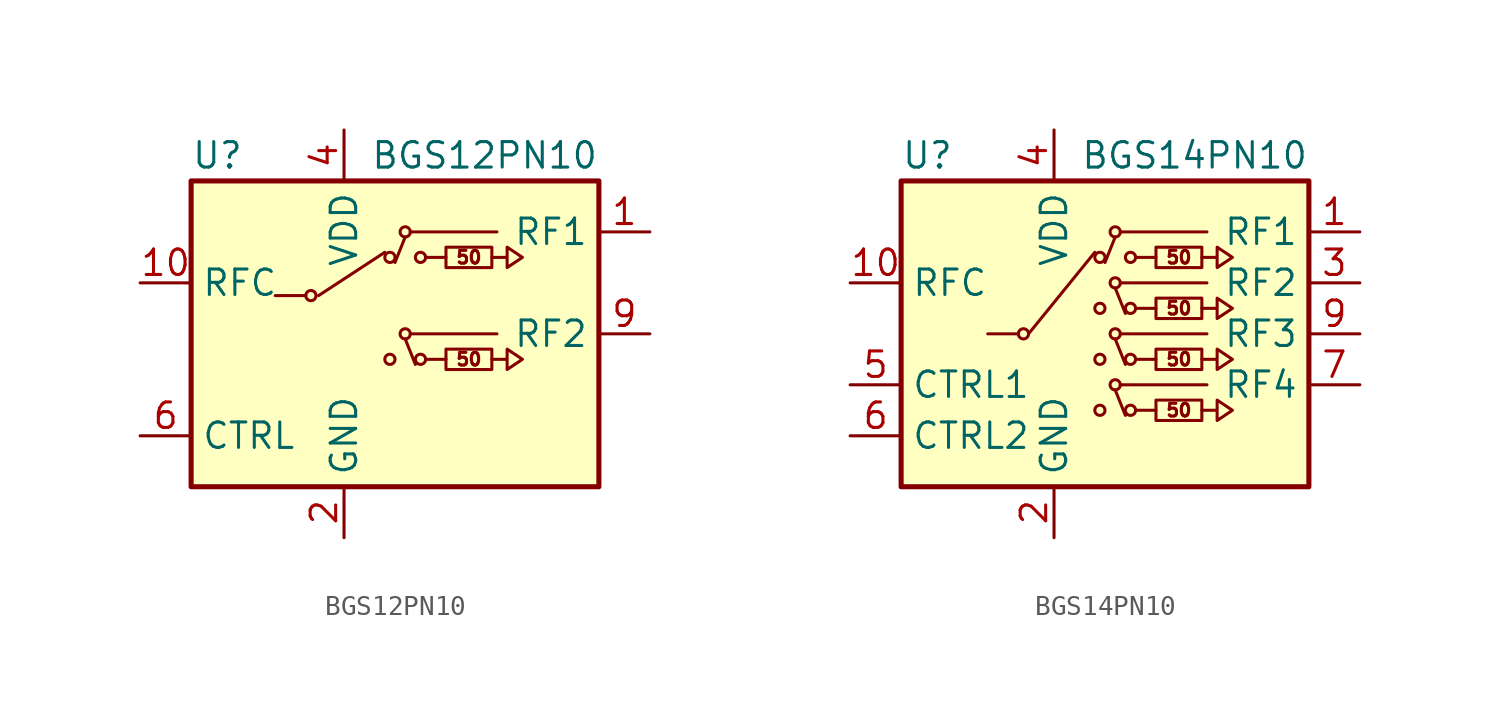
<source format=kicad_sym>
(kicad_symbol_lib
  (version 20220914)
  (generator kicad_symbol_editor)
  (symbol "BGS12PN10"
    (property "Reference" "U"
      (at -10.16 8.89 0)
      (effects (font (size 1.27 1.27)) (justify left)))
    (property "Value" "BGS12PN10"
      (at 10.16 8.89 0)
      (effects (font (size 1.27 1.27)) (justify right)))
    (symbol "BGS12PN10_0_1"
      (polyline (pts (xy -4.445 1.905) (xy -5.969 1.905)) (stroke (width 0) (type default)) (fill (type none))))
    (symbol "BGS12PN10_1_1"
      (rectangle (start -10.16 7.62) (end 10.16 -7.62) (stroke (width 0.254) (type default)) (fill (type background)))
      (circle (center -4.191 1.905) (radius 0.254) (stroke (width 0) (type default)) (fill (type none)))
      (circle (center -0.254 -1.27) (radius 0.254) (stroke (width 0) (type default)) (fill (type none)))
      (circle (center -0.254 3.81) (radius 0.254) (stroke (width 0) (type default)) (fill (type none)))
      (polyline (pts (xy -3.81 1.905) (xy -0.508 4.064)) (stroke (width 0) (type default)) (fill (type none)))
      (polyline (pts (xy 0.508 -0.254) (xy 1.016 -1.524)) (stroke (width 0) (type default)) (fill (type none)))
      (polyline (pts (xy 0.508 4.826) (xy 0 3.556)) (stroke (width 0) (type default)) (fill (type none)))
      (polyline (pts (xy 0.762 0) (xy 5.08 0)) (stroke (width 0) (type default)) (fill (type none)))
      (polyline (pts (xy 0.762 5.08) (xy 5.08 5.08)) (stroke (width 0) (type default)) (fill (type none)))
      (polyline (pts (xy 1.524 -1.27) (xy 2.54 -1.27)) (stroke (width 0) (type default)) (fill (type none)))
      (polyline (pts (xy 1.524 3.81) (xy 2.54 3.81)) (stroke (width 0) (type default)) (fill (type none)))
      (polyline (pts (xy 4.826 -1.27) (xy 5.588 -1.27) (xy 5.588 -1.778) (xy 6.35 -1.27) (xy 5.588 -0.762) (xy 5.588 -1.27)) (stroke (width 0) (type default)) (fill (type none)))
      (polyline (pts (xy 4.826 3.81) (xy 5.588 3.81) (xy 5.588 3.302) (xy 6.35 3.81) (xy 5.588 4.318) (xy 5.588 3.81)) (stroke (width 0) (type default)) (fill (type none)))
      (circle (center 0.508 0) (radius 0.254) (stroke (width 0) (type default)) (fill (type none)))
      (circle (center 0.508 5.08) (radius 0.254) (stroke (width 0) (type default)) (fill (type none)))
      (circle (center 1.27 -1.27) (radius 0.254) (stroke (width 0) (type default)) (fill (type none)))
      (circle (center 1.27 3.81) (radius 0.254) (stroke (width 0) (type default)) (fill (type none)))
      (rectangle (start 2.54 -1.778) (end 4.826 -0.762) (stroke (width 0) (type default)) (fill (type none)))
      (rectangle (start 2.54 3.302) (end 4.826 4.318) (stroke (width 0) (type default)) (fill (type none)))
      (text "50" (at 3.683 -1.27 0) (effects (font (size 0.635 0.635))))
      (text "50" (at 3.683 3.81 0) (effects (font (size 0.635 0.635))))
      (pin passive line (at 12.7 5.08 180) (length 2.54) (name "RF1" (effects (font (size 1.27 1.27)))) (number "1" (effects (font (size 1.27 1.27)))))
      (pin passive line (at -12.7 2.54 0) (length 2.54) (name "RFC" (effects (font (size 1.27 1.27)))) (number "10" (effects (font (size 1.27 1.27)))))
      (pin power_in line (at -2.54 -10.16 90) (length 2.54) (name "GND" (effects (font (size 1.27 1.27)))) (number "2" (effects (font (size 1.27 1.27)))))
      (pin passive line (at -2.54 -10.16 90) (length 2.54) hide (name "GND" (effects (font (size 1.27 1.27)))) (number "3" (effects (font (size 1.27 1.27)))))
      (pin power_in line (at -2.54 10.16 270) (length 2.54) (name "VDD" (effects (font (size 1.27 1.27)))) (number "4" (effects (font (size 1.27 1.27)))))
      (pin no_connect line (at -12.7 -2.54 0) (length 2.54) hide (name "CTRL1" (effects (font (size 1.27 1.27)))) (number "5" (effects (font (size 1.27 1.27)))))
      (pin input line (at -12.7 -5.08 0) (length 2.54) (name "CTRL" (effects (font (size 1.27 1.27)))) (number "6" (effects (font (size 1.27 1.27)))))
      (pin passive line (at -2.54 -10.16 90) (length 2.54) hide (name "GND" (effects (font (size 1.27 1.27)))) (number "7" (effects (font (size 1.27 1.27)))))
      (pin passive line (at -2.54 -10.16 90) (length 2.54) hide (name "GND" (effects (font (size 1.27 1.27)))) (number "8" (effects (font (size 1.27 1.27)))))
      (pin passive line (at 12.7 0 180) (length 2.54) (name "RF2" (effects (font (size 1.27 1.27)))) (number "9" (effects (font (size 1.27 1.27)))))))
  (symbol "BGS14PN10"
    (property "Reference" "U"
      (at -10.16 8.89 0)
      (effects (font (size 1.27 1.27)) (justify left)))
    (property "Value" "BGS14PN10"
      (at 10.16 8.89 0)
      (effects (font (size 1.27 1.27)) (justify right)))
    (symbol "BGS14PN10_0_1"
      (polyline (pts (xy -4.318 0) (xy -5.842 0)) (stroke (width 0) (type default)) (fill (type none))))
    (symbol "BGS14PN10_1_1"
      (rectangle (start -10.16 7.62) (end 10.16 -7.62) (stroke (width 0.254) (type default)) (fill (type background)))
      (circle (center -4.064 0) (radius 0.254) (stroke (width 0) (type default)) (fill (type none)))
      (circle (center -0.254 -3.81) (radius 0.254) (stroke (width 0) (type default)) (fill (type none)))
      (circle (center -0.254 -1.27) (radius 0.254) (stroke (width 0) (type default)) (fill (type none)))
      (circle (center -0.254 1.27) (radius 0.254) (stroke (width 0) (type default)) (fill (type none)))
      (circle (center -0.254 3.81) (radius 0.254) (stroke (width 0) (type default)) (fill (type none)))
      (polyline (pts (xy -3.81 0) (xy -0.508 4.064)) (stroke (width 0) (type default)) (fill (type none)))
      (polyline (pts (xy 0.508 -2.794) (xy 1.016 -4.064)) (stroke (width 0) (type default)) (fill (type none)))
      (polyline (pts (xy 0.508 -0.254) (xy 1.016 -1.524)) (stroke (width 0) (type default)) (fill (type none)))
      (polyline (pts (xy 0.508 2.286) (xy 1.016 1.016)) (stroke (width 0) (type default)) (fill (type none)))
      (polyline (pts (xy 0.508 4.826) (xy 0 3.556)) (stroke (width 0) (type default)) (fill (type none)))
      (polyline (pts (xy 0.762 -2.54) (xy 5.08 -2.54)) (stroke (width 0) (type default)) (fill (type none)))
      (polyline (pts (xy 0.762 0) (xy 5.08 0)) (stroke (width 0) (type default)) (fill (type none)))
      (polyline (pts (xy 0.762 2.54) (xy 5.08 2.54)) (stroke (width 0) (type default)) (fill (type none)))
      (polyline (pts (xy 0.762 5.08) (xy 5.08 5.08)) (stroke (width 0) (type default)) (fill (type none)))
      (polyline (pts (xy 1.524 -3.81) (xy 2.54 -3.81)) (stroke (width 0) (type default)) (fill (type none)))
      (polyline (pts (xy 1.524 -1.27) (xy 2.54 -1.27)) (stroke (width 0) (type default)) (fill (type none)))
      (polyline (pts (xy 1.524 1.27) (xy 2.54 1.27)) (stroke (width 0) (type default)) (fill (type none)))
      (polyline (pts (xy 1.524 3.81) (xy 2.54 3.81)) (stroke (width 0) (type default)) (fill (type none)))
      (polyline (pts (xy 4.826 -3.81) (xy 5.588 -3.81) (xy 5.588 -4.318) (xy 6.35 -3.81) (xy 5.588 -3.302) (xy 5.588 -3.81)) (stroke (width 0) (type default)) (fill (type none)))
      (polyline (pts (xy 4.826 -1.27) (xy 5.588 -1.27) (xy 5.588 -1.778) (xy 6.35 -1.27) (xy 5.588 -0.762) (xy 5.588 -1.27)) (stroke (width 0) (type default)) (fill (type none)))
      (polyline (pts (xy 4.826 1.27) (xy 5.588 1.27) (xy 5.588 0.762) (xy 6.35 1.27) (xy 5.588 1.778) (xy 5.588 1.27)) (stroke (width 0) (type default)) (fill (type none)))
      (polyline (pts (xy 4.826 3.81) (xy 5.588 3.81) (xy 5.588 3.302) (xy 6.35 3.81) (xy 5.588 4.318) (xy 5.588 3.81)) (stroke (width 0) (type default)) (fill (type none)))
      (circle (center 0.508 -2.54) (radius 0.254) (stroke (width 0) (type default)) (fill (type none)))
      (circle (center 0.508 0) (radius 0.254) (stroke (width 0) (type default)) (fill (type none)))
      (circle (center 0.508 2.54) (radius 0.254) (stroke (width 0) (type default)) (fill (type none)))
      (circle (center 0.508 5.08) (radius 0.254) (stroke (width 0) (type default)) (fill (type none)))
      (circle (center 1.27 -3.81) (radius 0.254) (stroke (width 0) (type default)) (fill (type none)))
      (circle (center 1.27 -1.27) (radius 0.254) (stroke (width 0) (type default)) (fill (type none)))
      (circle (center 1.27 1.27) (radius 0.254) (stroke (width 0) (type default)) (fill (type none)))
      (circle (center 1.27 3.81) (radius 0.254) (stroke (width 0) (type default)) (fill (type none)))
      (rectangle (start 2.54 -4.318) (end 4.826 -3.302) (stroke (width 0) (type default)) (fill (type none)))
      (rectangle (start 2.54 -1.778) (end 4.826 -0.762) (stroke (width 0) (type default)) (fill (type none)))
      (rectangle (start 2.54 0.762) (end 4.826 1.778) (stroke (width 0) (type default)) (fill (type none)))
      (rectangle (start 2.54 3.302) (end 4.826 4.318) (stroke (width 0) (type default)) (fill (type none)))
      (text "50" (at 3.683 -3.81 0) (effects (font (size 0.635 0.635))))
      (text "50" (at 3.683 -1.27 0) (effects (font (size 0.635 0.635))))
      (text "50" (at 3.683 1.27 0) (effects (font (size 0.635 0.635))))
      (text "50" (at 3.683 3.81 0) (effects (font (size 0.635 0.635))))
      (pin passive line (at 12.7 5.08 180) (length 2.54) (name "RF1" (effects (font (size 1.27 1.27)))) (number "1" (effects (font (size 1.27 1.27)))))
      (pin passive line (at -12.7 2.54 0) (length 2.54) (name "RFC" (effects (font (size 1.27 1.27)))) (number "10" (effects (font (size 1.27 1.27)))))
      (pin power_in line (at -2.54 -10.16 90) (length 2.54) (name "GND" (effects (font (size 1.27 1.27)))) (number "2" (effects (font (size 1.27 1.27)))))
      (pin passive line (at 12.7 2.54 180) (length 2.54) (name "RF2" (effects (font (size 1.27 1.27)))) (number "3" (effects (font (size 1.27 1.27)))))
      (pin power_in line (at -2.54 10.16 270) (length 2.54) (name "VDD" (effects (font (size 1.27 1.27)))) (number "4" (effects (font (size 1.27 1.27)))))
      (pin input line (at -12.7 -2.54 0) (length 2.54) (name "CTRL1" (effects (font (size 1.27 1.27)))) (number "5" (effects (font (size 1.27 1.27)))))
      (pin input line (at -12.7 -5.08 0) (length 2.54) (name "CTRL2" (effects (font (size 1.27 1.27)))) (number "6" (effects (font (size 1.27 1.27)))))
      (pin passive line (at 12.7 -2.54 180) (length 2.54) (name "RF4" (effects (font (size 1.27 1.27)))) (number "7" (effects (font (size 1.27 1.27)))))
      (pin passive line (at -2.54 -10.16 90) (length 2.54) hide (name "GND" (effects (font (size 1.27 1.27)))) (number "8" (effects (font (size 1.27 1.27)))))
      (pin passive line (at 12.7 0 180) (length 2.54) (name "RF3" (effects (font (size 1.27 1.27)))) (number "9" (effects (font (size 1.27 1.27))))))))
</source>
